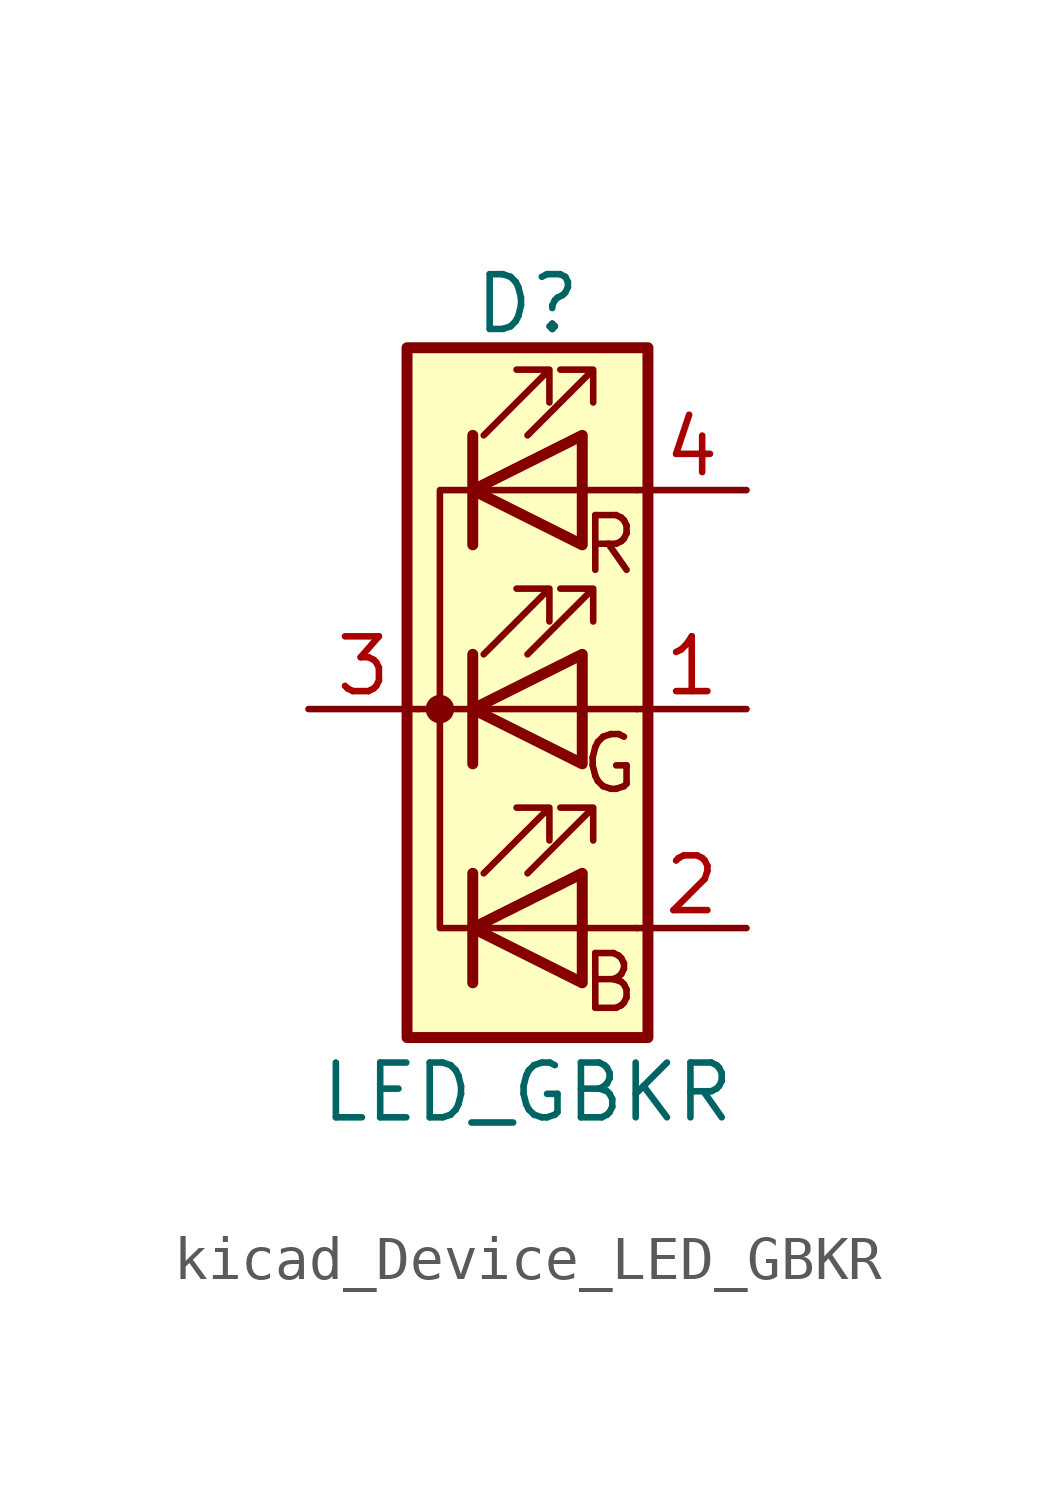
<source format=kicad_sym>
(kicad_symbol_lib
  (version 20220914)
  (generator kicad_symbol_editor)
  (symbol "kicad_Device_LED_GBKR"
    (pin_names
      (offset 0) hide)
    (property "Reference" "D"
      (at 0 9.398 0)
      (effects (font (size 1.27 1.27))))
    (property "Value" "LED_GBKR"
      (at 0 -8.89 0)
      (effects (font (size 1.27 1.27))))
    (symbol "kicad_Device_LED_GBKR_0_0"
      (text "B" (at 1.905 -6.35 0) (effects (font (size 1.27 1.27))))
      (text "G" (at 1.905 -1.27 0) (effects (font (size 1.27 1.27))))
      (text "R" (at 1.905 3.81 0) (effects (font (size 1.27 1.27)))))
    (symbol "kicad_Device_LED_GBKR_0_1"
      (circle (center -2.032 0) (radius 0.254) (stroke (width 0) (type default)) (fill (type outline)))
      (polyline (pts (xy -1.27 -5.08) (xy 1.27 -5.08)) (stroke (width 0) (type default)) (fill (type none)))
      (polyline (pts (xy -1.27 -3.81) (xy -1.27 -6.35)) (stroke (width 0.254) (type default)) (fill (type none)))
      (polyline (pts (xy -1.27 0) (xy -2.54 0)) (stroke (width 0) (type default)) (fill (type none)))
      (polyline (pts (xy -1.27 1.27) (xy -1.27 -1.27)) (stroke (width 0.254) (type default)) (fill (type none)))
      (polyline (pts (xy -1.27 5.08) (xy 1.27 5.08)) (stroke (width 0) (type default)) (fill (type none)))
      (polyline (pts (xy -1.27 6.35) (xy -1.27 3.81)) (stroke (width 0.254) (type default)) (fill (type none)))
      (polyline (pts (xy 1.27 -5.08) (xy 2.54 -5.08)) (stroke (width 0) (type default)) (fill (type none)))
      (polyline (pts (xy 1.27 0) (xy -1.27 0)) (stroke (width 0) (type default)) (fill (type none)))
      (polyline (pts (xy 1.27 0) (xy 2.54 0)) (stroke (width 0) (type default)) (fill (type none)))
      (polyline (pts (xy 1.27 5.08) (xy 2.54 5.08)) (stroke (width 0) (type default)) (fill (type none)))
      (polyline (pts (xy -1.27 1.27) (xy -1.27 -1.27) (xy -1.27 -1.27)) (stroke (width 0) (type default)) (fill (type none)))
      (polyline (pts (xy -1.27 6.35) (xy -1.27 3.81) (xy -1.27 3.81)) (stroke (width 0) (type default)) (fill (type none)))
      (polyline (pts (xy -1.27 5.08) (xy -2.032 5.08) (xy -2.032 -5.08) (xy -1.016 -5.08)) (stroke (width 0) (type default)) (fill (type none)))
      (polyline (pts (xy 1.27 -3.81) (xy 1.27 -6.35) (xy -1.27 -5.08) (xy 1.27 -3.81)) (stroke (width 0.254) (type default)) (fill (type none)))
      (polyline (pts (xy 1.27 1.27) (xy 1.27 -1.27) (xy -1.27 0) (xy 1.27 1.27)) (stroke (width 0.254) (type default)) (fill (type none)))
      (polyline (pts (xy 1.27 6.35) (xy 1.27 3.81) (xy -1.27 5.08) (xy 1.27 6.35)) (stroke (width 0.254) (type default)) (fill (type none)))
      (polyline (pts (xy -1.016 -3.81) (xy 0.508 -2.286) (xy -0.254 -2.286) (xy 0.508 -2.286) (xy 0.508 -3.048)) (stroke (width 0) (type default)) (fill (type none)))
      (polyline (pts (xy -1.016 1.27) (xy 0.508 2.794) (xy -0.254 2.794) (xy 0.508 2.794) (xy 0.508 2.032)) (stroke (width 0) (type default)) (fill (type none)))
      (polyline (pts (xy -1.016 6.35) (xy 0.508 7.874) (xy -0.254 7.874) (xy 0.508 7.874) (xy 0.508 7.112)) (stroke (width 0) (type default)) (fill (type none)))
      (polyline (pts (xy 0 -3.81) (xy 1.524 -2.286) (xy 0.762 -2.286) (xy 1.524 -2.286) (xy 1.524 -3.048)) (stroke (width 0) (type default)) (fill (type none)))
      (polyline (pts (xy 0 1.27) (xy 1.524 2.794) (xy 0.762 2.794) (xy 1.524 2.794) (xy 1.524 2.032)) (stroke (width 0) (type default)) (fill (type none)))
      (polyline (pts (xy 0 6.35) (xy 1.524 7.874) (xy 0.762 7.874) (xy 1.524 7.874) (xy 1.524 7.112)) (stroke (width 0) (type default)) (fill (type none)))
      (rectangle (start 1.27 -1.27) (end 1.27 1.27) (stroke (width 0) (type default)) (fill (type none)))
      (rectangle (start 1.27 1.27) (end 1.27 1.27) (stroke (width 0) (type default)) (fill (type none)))
      (rectangle (start 1.27 3.81) (end 1.27 6.35) (stroke (width 0) (type default)) (fill (type none)))
      (rectangle (start 1.27 6.35) (end 1.27 6.35) (stroke (width 0) (type default)) (fill (type none)))
      (rectangle (start 2.794 8.382) (end -2.794 -7.62) (stroke (width 0.254) (type default)) (fill (type background))))
    (symbol "kicad_Device_LED_GBKR_1_1"
      (pin passive line (at 5.08 0 180) (length 2.54) (name "GA" (effects (font (size 1.27 1.27)))) (number "1" (effects (font (size 1.27 1.27)))))
      (pin passive line (at 5.08 -5.08 180) (length 2.54) (name "BA" (effects (font (size 1.27 1.27)))) (number "2" (effects (font (size 1.27 1.27)))))
      (pin passive line (at -5.08 0 0) (length 2.54) (name "K" (effects (font (size 1.27 1.27)))) (number "3" (effects (font (size 1.27 1.27)))))
      (pin passive line (at 5.08 5.08 180) (length 2.54) (name "RA" (effects (font (size 1.27 1.27)))) (number "4" (effects (font (size 1.27 1.27))))))))
</source>
